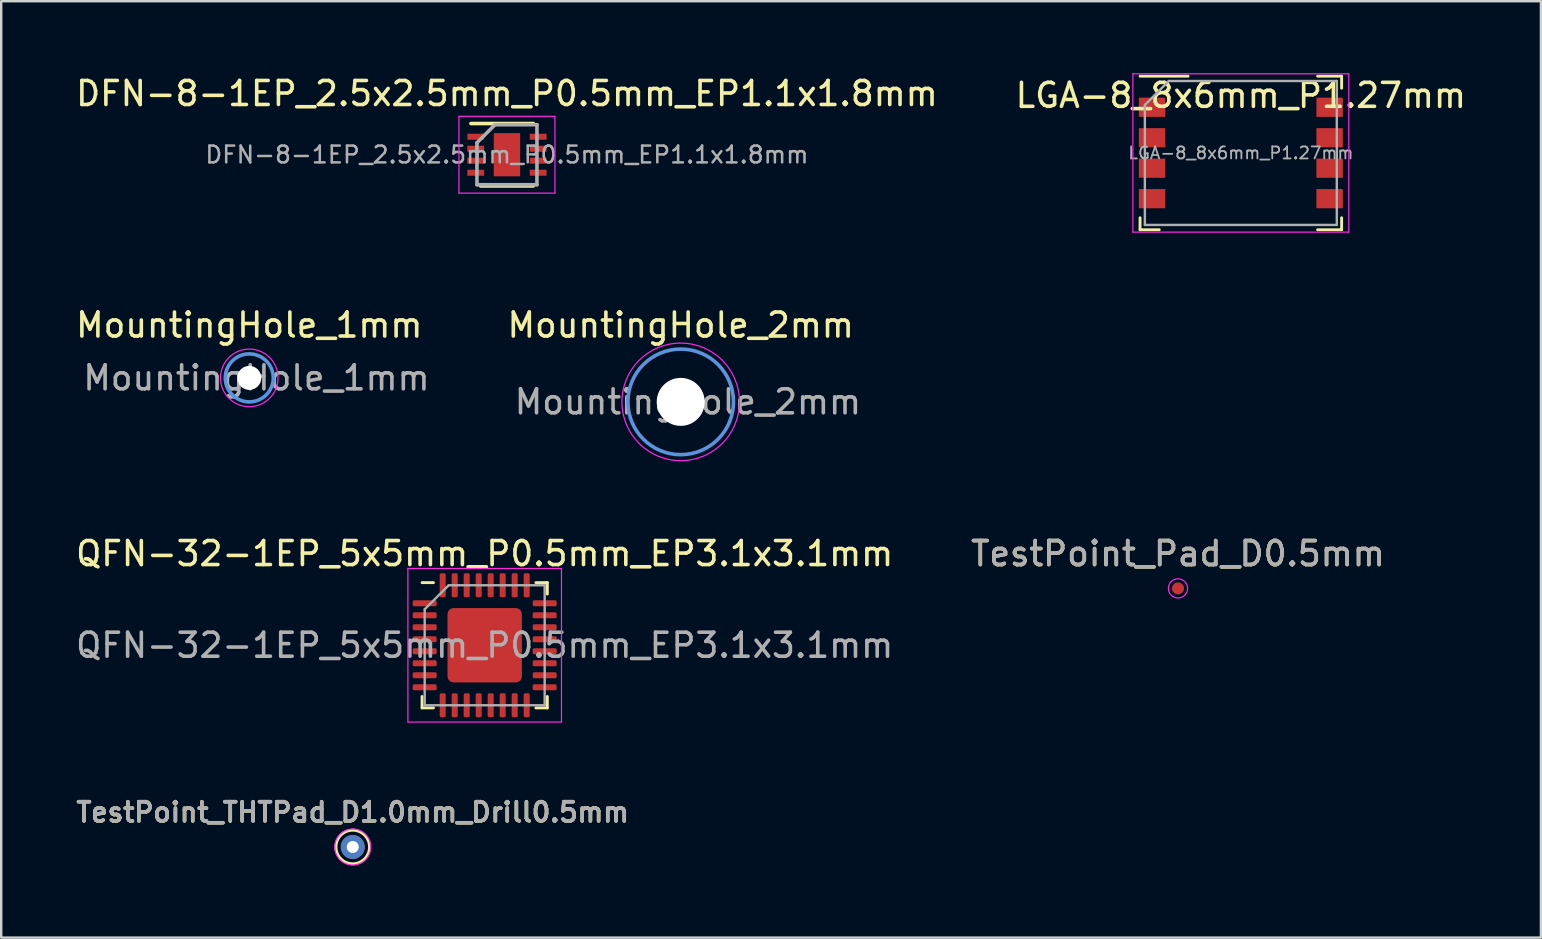
<source format=kicad_pcb>
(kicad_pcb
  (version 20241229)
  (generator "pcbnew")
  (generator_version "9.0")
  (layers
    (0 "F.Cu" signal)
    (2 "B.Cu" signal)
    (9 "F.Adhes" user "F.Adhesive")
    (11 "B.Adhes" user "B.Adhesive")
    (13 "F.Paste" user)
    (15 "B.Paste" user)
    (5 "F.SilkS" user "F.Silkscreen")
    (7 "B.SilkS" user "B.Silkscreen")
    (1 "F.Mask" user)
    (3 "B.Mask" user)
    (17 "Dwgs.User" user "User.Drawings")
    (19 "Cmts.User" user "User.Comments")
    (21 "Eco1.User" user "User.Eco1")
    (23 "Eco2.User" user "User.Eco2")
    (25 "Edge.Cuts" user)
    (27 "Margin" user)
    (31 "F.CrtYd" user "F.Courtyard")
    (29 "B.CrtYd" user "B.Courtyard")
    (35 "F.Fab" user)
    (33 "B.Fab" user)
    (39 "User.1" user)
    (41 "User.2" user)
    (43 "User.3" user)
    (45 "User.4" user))
  (footprint "MountingHole_1mm"
    (layer "F.Cu")
    (at 7.339 12.698)
    (property "Reference" "MountingHole_1mm" (at 0 -2.2 0) (layer "F.SilkS") (effects (font (size 1 1) (thickness 0.15))))
    (attr exclude_from_pos_files exclude_from_bom)
    (fp_circle (center 0 0) (end 1 0) (stroke (width 0.15) (type solid)) (fill no) (layer "Cmts.User"))
    (fp_circle (center 0 0) (end 1.2 0) (stroke (width 0.05) (type solid)) (fill no) (layer "F.CrtYd"))
    (fp_text user "${REFERENCE}" (at 0.3 0 0) (layer "F.Fab") (effects (font (size 1 1) (thickness 0.15))))
    (pad "" np_thru_hole circle (at 0 0) (size 1 1) (drill 1) (layers "*.Cu" "*.Mask")))
  (footprint "TestPoint_Pad_D0.5mm"
    (layer "F.Cu")
    (at 46.042 21.471)
    (property "Reference" "TestPoint_Pad_D0.5mm" (at 0 -1.448 0) (layer "F.SilkS") (effects (font (size 1 1) (thickness 0.15))))
    (attr exclude_from_pos_files exclude_from_bom)
    (fp_circle (center 0 0) (end 0.4 0) (stroke (width 0.05) (type solid)) (fill no) (layer "F.CrtYd"))
    (fp_text user "${REFERENCE}" (at 0 -1.45 0) (layer "F.Fab") (effects (font (size 1 1) (thickness 0.15))))
    (pad "1" smd circle (at 0 0) (size 0.5 0.5) (layers "F.Cu" "F.Mask")))
  (footprint "MountingHole_2mm"
    (layer "F.Cu")
    (at 25.318 13.698)
    (property "Reference" "MountingHole_2mm" (at 0 -3.2 0) (layer "F.SilkS") (effects (font (size 1 1) (thickness 0.15))))
    (attr exclude_from_pos_files exclude_from_bom)
    (fp_circle (center 0 0) (end 2.2 0) (stroke (width 0.15) (type solid)) (fill no) (layer "Cmts.User"))
    (fp_circle (center 0 0) (end 2.45 0) (stroke (width 0.05) (type solid)) (fill no) (layer "F.CrtYd"))
    (fp_text user "${REFERENCE}" (at 0.3 0 0) (layer "F.Fab") (effects (font (size 1 1) (thickness 0.15))))
    (pad "" np_thru_hole circle (at 0 0) (size 2 2) (drill 2) (layers "*.Cu" "*.Mask")))
  (footprint "LGA-8_8x6mm_P1.27mm"
    (layer "F.Cu")
    (at 48.661 3.325)
    (property "Reference" "LGA-8_8x6mm_P1.27mm" (at 0 -2.4 0) (layer "F.SilkS") (effects (font (size 1 1) (thickness 0.15))))
    (attr smd)
    (fp_line (start -4.2 -3.2) (end -2.2 -3.2) (stroke (width 0.12) (type solid)) (layer "F.SilkS"))
    (fp_line (start -4.2 3.2) (end -4.2 2.7) (stroke (width 0.12) (type solid)) (layer "F.SilkS"))
    (fp_line (start -3.4 3.2) (end -4.2 3.2) (stroke (width 0.12) (type solid)) (layer "F.SilkS"))
    (fp_line (start 3.2 -3.2) (end 4.2 -3.2) (stroke (width 0.12) (type solid)) (layer "F.SilkS"))
    (fp_line (start 4.2 -3.2) (end 4.2 -2.7) (stroke (width 0.12) (type solid)) (layer "F.SilkS"))
    (fp_line (start 4.2 2.7) (end 4.2 3.2) (stroke (width 0.12) (type solid)) (layer "F.SilkS"))
    (fp_line (start 4.2 3.2) (end 3.2 3.2) (stroke (width 0.12) (type solid)) (layer "F.SilkS"))
    (fp_line (start -4.5 -3.3) (end -4.5 3.3) (stroke (width 0.05) (type solid)) (layer "F.CrtYd"))
    (fp_line (start -4.5 -3.3) (end 4.5 -3.3) (stroke (width 0.05) (type solid)) (layer "F.CrtYd"))
    (fp_line (start 4.5 3.3) (end -4.5 3.3) (stroke (width 0.05) (type solid)) (layer "F.CrtYd"))
    (fp_line (start 4.5 3.3) (end 4.5 -3.3) (stroke (width 0.05) (type solid)) (layer "F.CrtYd"))
    (fp_line (start -4 -2) (end -3 -3) (stroke (width 0.1) (type solid)) (layer "F.Fab"))
    (fp_line (start -4 3) (end -4 -2) (stroke (width 0.1) (type solid)) (layer "F.Fab"))
    (fp_line (start -3 -3) (end 4 -3) (stroke (width 0.1) (type solid)) (layer "F.Fab"))
    (fp_line (start 4 -3) (end 4 3) (stroke (width 0.1) (type solid)) (layer "F.Fab"))
    (fp_line (start 4 3) (end -4 3) (stroke (width 0.1) (type solid)) (layer "F.Fab"))
    (fp_text user "${REFERENCE}" (at 0 0 0) (layer "F.Fab") (effects (font (size 0.5 0.5) (thickness 0.075))))
    (pad "1" smd rect (at -3.7 -1.905) (size 1.1 0.8) (layers "F.Cu" "F.Mask" "F.Paste"))
    (pad "2" smd rect (at -3.7 -0.635) (size 1.1 0.8) (layers "F.Cu" "F.Mask" "F.Paste"))
    (pad "3" smd rect (at -3.7 0.635) (size 1.1 0.8) (layers "F.Cu" "F.Mask" "F.Paste"))
    (pad "4" smd rect (at -3.7 1.905) (size 1.1 0.8) (layers "F.Cu" "F.Mask" "F.Paste"))
    (pad "5" smd rect (at 3.7 1.905) (size 1.1 0.8) (layers "F.Cu" "F.Mask" "F.Paste"))
    (pad "6" smd rect (at 3.7 0.635) (size 1.1 0.8) (layers "F.Cu" "F.Mask" "F.Paste"))
    (pad "7" smd rect (at 3.7 -0.635) (size 1.1 0.8) (layers "F.Cu" "F.Mask" "F.Paste"))
    (pad "8" smd rect (at 3.7 -1.905) (size 1.1 0.8) (layers "F.Cu" "F.Mask" "F.Paste")))
  (footprint "TestPoint_THTPad_D1.0mm_Drill0.5mm"
    (layer "F.Cu")
    (at 11.65 32.248)
    (property "Reference" "TestPoint_THTPad_D1.0mm_Drill0.5mm" (at 0 -1.448 0) (layer "F.SilkS") (effects (font (size 0.8 0.8) (thickness 0.15))))
    (attr exclude_from_pos_files)
    (fp_circle (center 0 0) (end 0 0.7) (stroke (width 0.12) (type solid)) (fill no) (layer "F.SilkS"))
    (fp_circle (center 0 0) (end 0.75 0) (stroke (width 0.05) (type solid)) (fill no) (layer "F.CrtYd"))
    (fp_text user "${REFERENCE}" (at 0 -1.45 0) (layer "F.Fab") (effects (font (size 0.8 0.8) (thickness 0.15))))
    (pad "1" thru_hole circle (at 0 0) (size 1 1) (drill 0.5) (layers "*.Cu" "*.Mask")))
  (footprint "QFN-32-1EP_5x5mm_P0.5mm_EP3.1x3.1mm"
    (layer "F.Cu")
    (at 17.149 23.841)
    (property "Reference" "QFN-32-1EP_5x5mm_P0.5mm_EP3.1x3.1mm" (at 0 -3.82 0) (layer "F.SilkS") (effects (font (size 1 1) (thickness 0.15))))
    (attr smd)
    (fp_line (start -2.61 2.61) (end -2.61 2.135) (stroke (width 0.12) (type solid)) (layer "F.SilkS"))
    (fp_line (start -2.135 -2.61) (end -2.61 -2.61) (stroke (width 0.12) (type solid)) (layer "F.SilkS"))
    (fp_line (start -2.135 2.61) (end -2.61 2.61) (stroke (width 0.12) (type solid)) (layer "F.SilkS"))
    (fp_line (start 2.135 -2.61) (end 2.61 -2.61) (stroke (width 0.12) (type solid)) (layer "F.SilkS"))
    (fp_line (start 2.135 2.61) (end 2.61 2.61) (stroke (width 0.12) (type solid)) (layer "F.SilkS"))
    (fp_line (start 2.61 -2.61) (end 2.61 -2.135) (stroke (width 0.12) (type solid)) (layer "F.SilkS"))
    (fp_line (start 2.61 2.61) (end 2.61 2.135) (stroke (width 0.12) (type solid)) (layer "F.SilkS"))
    (fp_line (start -3.2 -3.2) (end -3.2 3.2) (stroke (width 0.05) (type solid)) (layer "F.CrtYd"))
    (fp_line (start -3.2 3.2) (end 3.2 3.2) (stroke (width 0.05) (type solid)) (layer "F.CrtYd"))
    (fp_line (start 3.2 -3.2) (end -3.2 -3.2) (stroke (width 0.05) (type solid)) (layer "F.CrtYd"))
    (fp_line (start 3.2 3.2) (end 3.2 -3.2) (stroke (width 0.05) (type solid)) (layer "F.CrtYd"))
    (fp_line (start -2.5 -1.5) (end -1.5 -2.5) (stroke (width 0.1) (type solid)) (layer "F.Fab"))
    (fp_line (start -2.5 2.5) (end -2.5 -1.5) (stroke (width 0.1) (type solid)) (layer "F.Fab"))
    (fp_line (start -1.5 -2.5) (end 2.5 -2.5) (stroke (width 0.1) (type solid)) (layer "F.Fab"))
    (fp_line (start 2.5 -2.5) (end 2.5 2.5) (stroke (width 0.1) (type solid)) (layer "F.Fab"))
    (fp_line (start 2.5 2.5) (end -2.5 2.5) (stroke (width 0.1) (type solid)) (layer "F.Fab"))
    (fp_text user "${REFERENCE}" (at 0 0 0) (layer "F.Fab") (effects (font (size 1 1) (thickness 0.15))))
    (pad "" smd roundrect (at -1.03 -1.03) (size 0.83 0.83) (layers "F.Paste") (roundrect_rratio 0.25))
    (pad "" smd roundrect (at -1.03 0) (size 0.83 0.83) (layers "F.Paste") (roundrect_rratio 0.25))
    (pad "" smd roundrect (at -1.03 1.03) (size 0.83 0.83) (layers "F.Paste") (roundrect_rratio 0.25))
    (pad "" smd roundrect (at 0 -1.03) (size 0.83 0.83) (layers "F.Paste") (roundrect_rratio 0.25))
    (pad "" smd roundrect (at 0 0) (size 0.83 0.83) (layers "F.Paste") (roundrect_rratio 0.25))
    (pad "" smd roundrect (at 0 1.03) (size 0.83 0.83) (layers "F.Paste") (roundrect_rratio 0.25))
    (pad "" smd roundrect (at 1.03 -1.03) (size 0.83 0.83) (layers "F.Paste") (roundrect_rratio 0.25))
    (pad "" smd roundrect (at 1.03 0) (size 0.83 0.83) (layers "F.Paste") (roundrect_rratio 0.25))
    (pad "" smd roundrect (at 1.03 1.03) (size 0.83 0.83) (layers "F.Paste") (roundrect_rratio 0.25))
    (pad "1" smd roundrect (at -2.5 -1.75) (size 1 0.25) (layers "F.Cu" "F.Mask" "F.Paste") (roundrect_rratio 0.25))
    (pad "2" smd roundrect (at -2.5 -1.25) (size 1 0.25) (layers "F.Cu" "F.Mask" "F.Paste") (roundrect_rratio 0.25))
    (pad "3" smd roundrect (at -2.5 -0.75) (size 1 0.25) (layers "F.Cu" "F.Mask" "F.Paste") (roundrect_rratio 0.25))
    (pad "4" smd roundrect (at -2.5 -0.25) (size 1 0.25) (layers "F.Cu" "F.Mask" "F.Paste") (roundrect_rratio 0.25))
    (pad "5" smd roundrect (at -2.5 0.25) (size 1 0.25) (layers "F.Cu" "F.Mask" "F.Paste") (roundrect_rratio 0.25))
    (pad "6" smd roundrect (at -2.5 0.75) (size 1 0.25) (layers "F.Cu" "F.Mask" "F.Paste") (roundrect_rratio 0.25))
    (pad "7" smd roundrect (at -2.5 1.25) (size 1 0.25) (layers "F.Cu" "F.Mask" "F.Paste") (roundrect_rratio 0.25))
    (pad "8" smd roundrect (at -2.5 1.75) (size 1 0.25) (layers "F.Cu" "F.Mask" "F.Paste") (roundrect_rratio 0.25))
    (pad "9" smd roundrect (at -1.75 2.5) (size 0.25 1) (layers "F.Cu" "F.Mask" "F.Paste") (roundrect_rratio 0.25))
    (pad "10" smd roundrect (at -1.25 2.5) (size 0.25 1) (layers "F.Cu" "F.Mask" "F.Paste") (roundrect_rratio 0.25))
    (pad "11" smd roundrect (at -0.75 2.5) (size 0.25 1) (layers "F.Cu" "F.Mask" "F.Paste") (roundrect_rratio 0.25))
    (pad "12" smd roundrect (at -0.25 2.5) (size 0.25 1) (layers "F.Cu" "F.Mask" "F.Paste") (roundrect_rratio 0.25))
    (pad "13" smd roundrect (at 0.25 2.5) (size 0.25 1) (layers "F.Cu" "F.Mask" "F.Paste") (roundrect_rratio 0.25))
    (pad "14" smd roundrect (at 0.75 2.5) (size 0.25 1) (layers "F.Cu" "F.Mask" "F.Paste") (roundrect_rratio 0.25))
    (pad "15" smd roundrect (at 1.25 2.5) (size 0.25 1) (layers "F.Cu" "F.Mask" "F.Paste") (roundrect_rratio 0.25))
    (pad "16" smd roundrect (at 1.75 2.5) (size 0.25 1) (layers "F.Cu" "F.Mask" "F.Paste") (roundrect_rratio 0.25))
    (pad "17" smd roundrect (at 2.5 1.75) (size 1 0.25) (layers "F.Cu" "F.Mask" "F.Paste") (roundrect_rratio 0.25))
    (pad "18" smd roundrect (at 2.5 1.25) (size 1 0.25) (layers "F.Cu" "F.Mask" "F.Paste") (roundrect_rratio 0.25))
    (pad "19" smd roundrect (at 2.5 0.75) (size 1 0.25) (layers "F.Cu" "F.Mask" "F.Paste") (roundrect_rratio 0.25))
    (pad "20" smd roundrect (at 2.5 0.25) (size 1 0.25) (layers "F.Cu" "F.Mask" "F.Paste") (roundrect_rratio 0.25))
    (pad "21" smd roundrect (at 2.5 -0.25) (size 1 0.25) (layers "F.Cu" "F.Mask" "F.Paste") (roundrect_rratio 0.25))
    (pad "22" smd roundrect (at 2.5 -0.75) (size 1 0.25) (layers "F.Cu" "F.Mask" "F.Paste") (roundrect_rratio 0.25))
    (pad "23" smd roundrect (at 2.5 -1.25) (size 1 0.25) (layers "F.Cu" "F.Mask" "F.Paste") (roundrect_rratio 0.25))
    (pad "24" smd roundrect (at 2.5 -1.75) (size 1 0.25) (layers "F.Cu" "F.Mask" "F.Paste") (roundrect_rratio 0.25))
    (pad "25" smd roundrect (at 1.75 -2.5) (size 0.25 1) (layers "F.Cu" "F.Mask" "F.Paste") (roundrect_rratio 0.25))
    (pad "26" smd roundrect (at 1.25 -2.5) (size 0.25 1) (layers "F.Cu" "F.Mask" "F.Paste") (roundrect_rratio 0.25))
    (pad "27" smd roundrect (at 0.75 -2.5) (size 0.25 1) (layers "F.Cu" "F.Mask" "F.Paste") (roundrect_rratio 0.25))
    (pad "28" smd roundrect (at 0.25 -2.5) (size 0.25 1) (layers "F.Cu" "F.Mask" "F.Paste") (roundrect_rratio 0.25))
    (pad "29" smd roundrect (at -0.25 -2.5) (size 0.25 1) (layers "F.Cu" "F.Mask" "F.Paste") (roundrect_rratio 0.25))
    (pad "30" smd roundrect (at -0.75 -2.5) (size 0.25 1) (layers "F.Cu" "F.Mask" "F.Paste") (roundrect_rratio 0.25))
    (pad "31" smd roundrect (at -1.25 -2.5) (size 0.25 1) (layers "F.Cu" "F.Mask" "F.Paste") (roundrect_rratio 0.25))
    (pad "32" smd roundrect (at -1.75 -2.5) (size 0.25 1) (layers "F.Cu" "F.Mask" "F.Paste") (roundrect_rratio 0.25))
    (pad "33" smd roundrect (at 0 0) (size 3.1 3.1) (layers "F.Cu" "F.Mask") (roundrect_rratio 0.081)))
  (footprint "DFN-8-1EP_2.5x2.5mm_P0.5mm_EP1.1x1.8mm"
    (layer "F.Cu")
    (at 18.077 3.398)
    (property "Reference" "DFN-8-1EP_2.5x2.5mm_P0.5mm_EP1.1x1.8mm" (at 0 -2.55 0) (layer "F.SilkS") (effects (font (size 1 1) (thickness 0.15))))
    (attr smd)
    (fp_line (start -1.5 -1.3) (end 1.1 -1.3) (stroke (width 0.15) (type solid)) (layer "F.SilkS"))
    (fp_line (start -1.1 1.3) (end 1.1 1.3) (stroke (width 0.15) (type solid)) (layer "F.SilkS"))
    (fp_line (start -2 -1.6) (end -2 1.6) (stroke (width 0.05) (type solid)) (layer "F.CrtYd"))
    (fp_line (start -2 -1.6) (end 2 -1.6) (stroke (width 0.05) (type solid)) (layer "F.CrtYd"))
    (fp_line (start -2 1.6) (end 2 1.6) (stroke (width 0.05) (type solid)) (layer "F.CrtYd"))
    (fp_line (start 2 -1.6) (end 2 1.6) (stroke (width 0.05) (type solid)) (layer "F.CrtYd"))
    (fp_line (start -1.25 -0.5) (end -0.5 -1.25) (stroke (width 0.15) (type solid)) (layer "F.Fab"))
    (fp_line (start -1.25 1.25) (end -1.25 -0.5) (stroke (width 0.15) (type solid)) (layer "F.Fab"))
    (fp_line (start -0.5 -1.25) (end 1.25 -1.25) (stroke (width 0.15) (type solid)) (layer "F.Fab"))
    (fp_line (start 1.25 -1.25) (end 1.25 1.25) (stroke (width 0.15) (type solid)) (layer "F.Fab"))
    (fp_line (start 1.25 1.25) (end -1.25 1.25) (stroke (width 0.15) (type solid)) (layer "F.Fab"))
    (fp_text user "${REFERENCE}" (at 0 0 0) (layer "F.Fab") (effects (font (size 0.7 0.7) (thickness 0.105))))
    (pad "" smd rect (at -0.325 -0.5) (size 0.45 0.8) (layers "F.Paste"))
    (pad "" smd rect (at -0.325 0.5) (size 0.45 0.8) (layers "F.Paste"))
    (pad "" smd rect (at 0.325 -0.5) (size 0.45 0.8) (layers "F.Paste"))
    (pad "" smd rect (at 0.325 0.5) (size 0.45 0.8) (layers "F.Paste"))
    (pad "1" smd rect (at -1.3 -0.75) (size 0.7 0.25) (layers "F.Cu" "F.Mask" "F.Paste"))
    (pad "2" smd rect (at -1.3 -0.25) (size 0.7 0.25) (layers "F.Cu" "F.Mask" "F.Paste"))
    (pad "3" smd rect (at -1.3 0.25) (size 0.7 0.25) (layers "F.Cu" "F.Mask" "F.Paste"))
    (pad "4" smd rect (at -1.3 0.75) (size 0.7 0.25) (layers "F.Cu" "F.Mask" "F.Paste"))
    (pad "5" smd rect (at 1.3 0.75) (size 0.7 0.25) (layers "F.Cu" "F.Mask" "F.Paste"))
    (pad "6" smd rect (at 1.3 0.25) (size 0.7 0.25) (layers "F.Cu" "F.Mask" "F.Paste"))
    (pad "7" smd rect (at 1.3 -0.25) (size 0.7 0.25) (layers "F.Cu" "F.Mask" "F.Paste"))
    (pad "8" smd rect (at 1.3 -0.75) (size 0.7 0.25) (layers "F.Cu" "F.Mask" "F.Paste"))
    (pad "9" smd rect (at 0 0) (size 1.1 1.8) (layers "F.Cu" "F.Mask")))
  (gr_rect
    (start -3 -3)
    (end 61.167 36.023)
    (stroke (width 0.1) (type default))
    (fill no)
    (layer "Edge.Cuts")))
</source>
